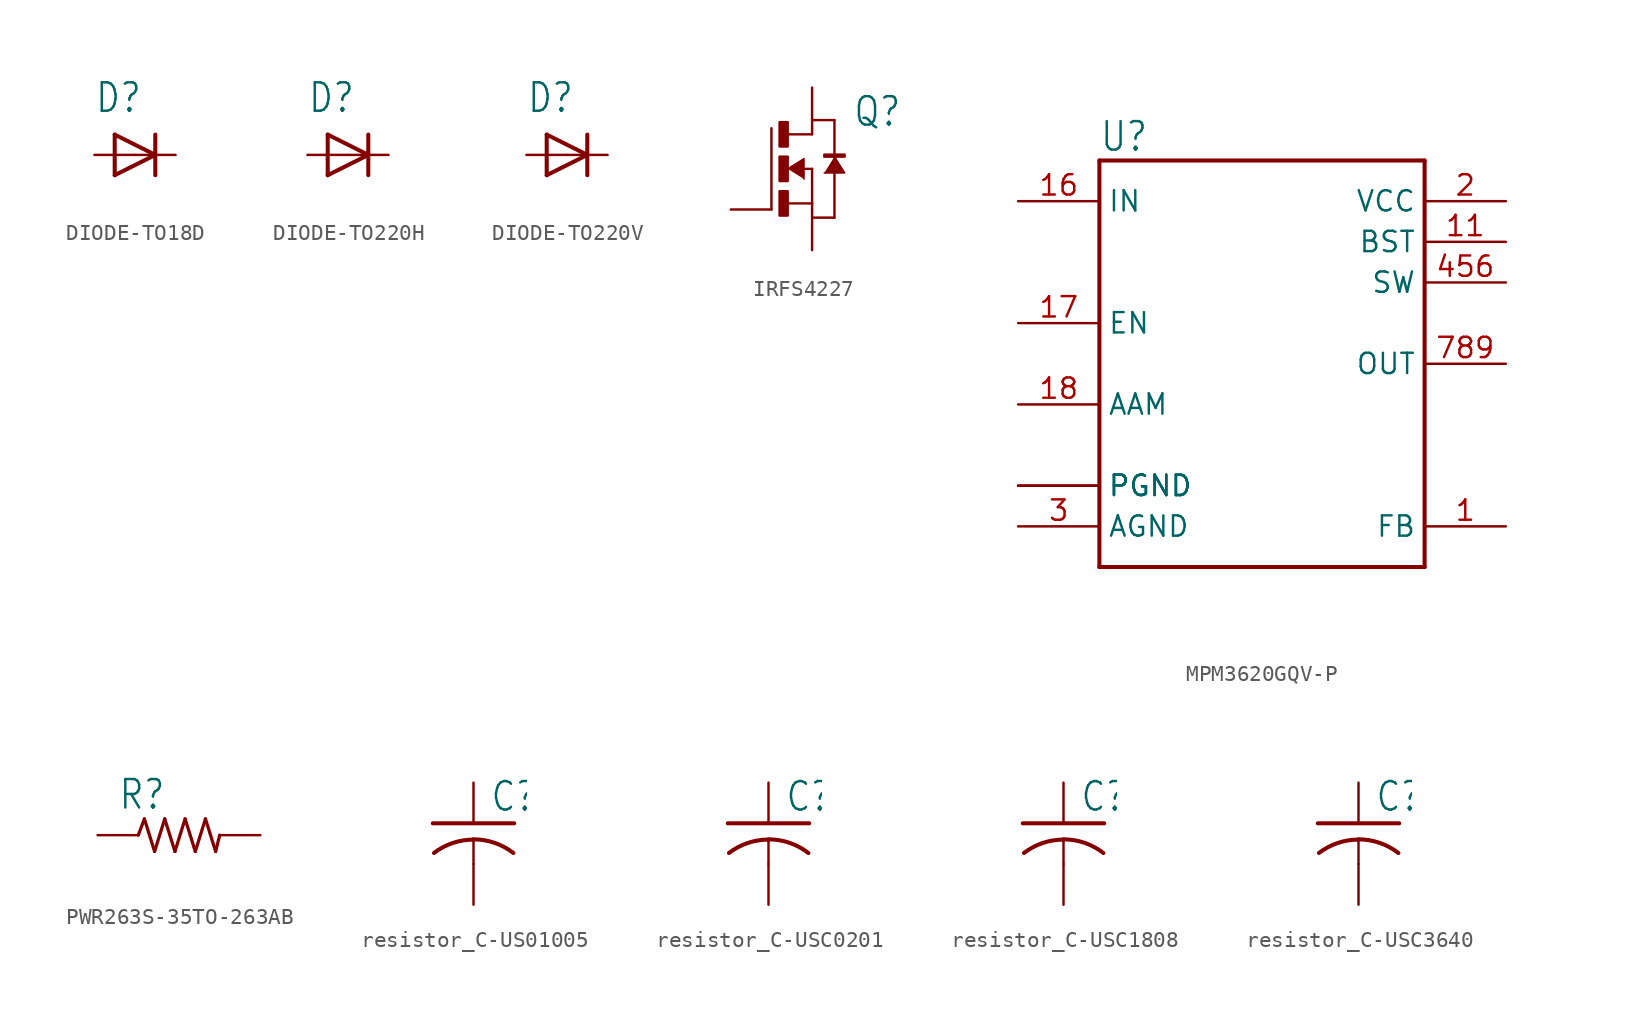
<source format=kicad_sym>
(kicad_symbol_lib
  (version 20220914)
  (generator kicad_symbol_editor)
  (symbol "DIODE-TO18D"
    (property "Reference" "D"
      (at -2.54 2.54 0)
      (effects (font (size 1.778 1.511)) (justify left bottom)))
    (property "Value" ""
      (at -2.54 -2.54 0)
      (effects (font (size 1.778 1.511)) (justify left top)))
    (property "ki_locked" ""
      (at 0 0 0)
      (effects (font (size 1.27 1.27))))
    (symbol "DIODE-TO18D_1_0"
      (polyline (pts (xy -1.27 -1.27) (xy 1.27 0)) (stroke (width 0.254) (type solid)) (fill (type none)))
      (polyline (pts (xy -1.27 1.27) (xy -1.27 -1.27)) (stroke (width 0.254) (type solid)) (fill (type none)))
      (polyline (pts (xy 1.27 0) (xy -1.27 1.27)) (stroke (width 0.254) (type solid)) (fill (type none)))
      (polyline (pts (xy 1.27 0) (xy 1.27 -1.27)) (stroke (width 0.254) (type solid)) (fill (type none)))
      (polyline (pts (xy 1.27 1.27) (xy 1.27 0)) (stroke (width 0.254) (type solid)) (fill (type none)))
      (pin passive line (at -2.54 0 0) (length 2.54) (name "A" (effects (font (size 0 0)))) (number "A" (effects (font (size 0 0)))))
      (pin passive line (at 2.54 0 180) (length 2.54) (name "C" (effects (font (size 0 0)))) (number "C" (effects (font (size 0 0)))))))
  (symbol "DIODE-TO220H"
    (property "Reference" "D"
      (at -2.54 2.54 0)
      (effects (font (size 1.778 1.511)) (justify left bottom)))
    (property "Value" ""
      (at -2.54 -2.54 0)
      (effects (font (size 1.778 1.511)) (justify left top)))
    (property "ki_locked" ""
      (at 0 0 0)
      (effects (font (size 1.27 1.27))))
    (symbol "DIODE-TO220H_1_0"
      (polyline (pts (xy -1.27 -1.27) (xy 1.27 0)) (stroke (width 0.254) (type solid)) (fill (type none)))
      (polyline (pts (xy -1.27 1.27) (xy -1.27 -1.27)) (stroke (width 0.254) (type solid)) (fill (type none)))
      (polyline (pts (xy 1.27 0) (xy -1.27 1.27)) (stroke (width 0.254) (type solid)) (fill (type none)))
      (polyline (pts (xy 1.27 0) (xy 1.27 -1.27)) (stroke (width 0.254) (type solid)) (fill (type none)))
      (polyline (pts (xy 1.27 1.27) (xy 1.27 0)) (stroke (width 0.254) (type solid)) (fill (type none)))
      (pin passive line (at -2.54 0 0) (length 2.54) (name "A" (effects (font (size 0 0)))) (number "A" (effects (font (size 0 0)))))
      (pin passive line (at 2.54 0 180) (length 2.54) (name "C" (effects (font (size 0 0)))) (number "C" (effects (font (size 0 0)))))))
  (symbol "DIODE-TO220V"
    (property "Reference" "D"
      (at -2.54 2.54 0)
      (effects (font (size 1.778 1.511)) (justify left bottom)))
    (property "Value" ""
      (at -2.54 -2.54 0)
      (effects (font (size 1.778 1.511)) (justify left top)))
    (property "ki_locked" ""
      (at 0 0 0)
      (effects (font (size 1.27 1.27))))
    (symbol "DIODE-TO220V_1_0"
      (polyline (pts (xy -1.27 -1.27) (xy 1.27 0)) (stroke (width 0.254) (type solid)) (fill (type none)))
      (polyline (pts (xy -1.27 1.27) (xy -1.27 -1.27)) (stroke (width 0.254) (type solid)) (fill (type none)))
      (polyline (pts (xy 1.27 0) (xy -1.27 1.27)) (stroke (width 0.254) (type solid)) (fill (type none)))
      (polyline (pts (xy 1.27 0) (xy 1.27 -1.27)) (stroke (width 0.254) (type solid)) (fill (type none)))
      (polyline (pts (xy 1.27 1.27) (xy 1.27 0)) (stroke (width 0.254) (type solid)) (fill (type none)))
      (pin passive line (at -2.54 0 0) (length 2.54) (name "A" (effects (font (size 0 0)))) (number "A" (effects (font (size 0 0)))))
      (pin passive line (at 2.54 0 180) (length 2.54) (name "C" (effects (font (size 0 0)))) (number "C" (effects (font (size 0 0)))))))
  (symbol "IRFS4227"
    (property "Reference" "Q"
      (at 2.54 2.54 0)
      (effects (font (size 1.778 1.511)) (justify left bottom)))
    (property "Value" ""
      (at 2.54 0 0)
      (effects (font (size 1.778 1.511)) (justify left bottom)))
    (property "ki_locked" ""
      (at 0 0 0)
      (effects (font (size 1.27 1.27))))
    (symbol "IRFS4227_1_0"
      (rectangle (start -2.032 -2.921) (end -1.524 -1.397) (stroke (width 0) (type default)) (fill (type outline)))
      (rectangle (start -2.032 -0.762) (end -1.524 0.762) (stroke (width 0) (type default)) (fill (type outline)))
      (rectangle (start -2.032 1.397) (end -1.524 2.921) (stroke (width 0) (type default)) (fill (type outline)))
      (polyline (pts (xy -2.54 -2.54) (xy -2.54 2.54)) (stroke (width 0.152) (type solid)) (fill (type none)))
      (polyline (pts (xy -1.524 -2.159) (xy 0 -2.159)) (stroke (width 0.152) (type solid)) (fill (type none)))
      (polyline (pts (xy -1.524 2.159) (xy 0 2.159)) (stroke (width 0.152) (type solid)) (fill (type none)))
      (polyline (pts (xy -0.508 0) (xy 0 0)) (stroke (width 0.152) (type solid)) (fill (type none)))
      (polyline (pts (xy 0 -2.159) (xy 0 -2.54)) (stroke (width 0.152) (type solid)) (fill (type none)))
      (polyline (pts (xy 0 0) (xy 0 -2.159)) (stroke (width 0.152) (type solid)) (fill (type none)))
      (polyline (pts (xy 0 2.159) (xy 0 2.54)) (stroke (width 0.152) (type solid)) (fill (type none)))
      (polyline (pts (xy 0 3.048) (xy 1.397 3.048)) (stroke (width 0.152) (type solid)) (fill (type none)))
      (polyline (pts (xy 1.397 -3.048) (xy 0 -3.048)) (stroke (width 0.152) (type solid)) (fill (type none)))
      (polyline (pts (xy 1.397 -0.254) (xy 1.397 -3.048)) (stroke (width 0.152) (type solid)) (fill (type none)))
      (polyline (pts (xy 1.397 3.048) (xy 1.397 0.762)) (stroke (width 0.152) (type solid)) (fill (type none)))
      (polyline (pts (xy -1.524 0) (xy -0.508 0.635) (xy -0.508 -0.635)) (stroke (width 0.102) (type solid)) (fill (type outline)))
      (polyline (pts (xy 1.397 0.762) (xy 2.032 -0.254) (xy 0.762 -0.254)) (stroke (width 0.102) (type solid)) (fill (type outline)))
      (rectangle (start 0.762 0.762) (end 2.032 0.889) (stroke (width 0) (type default)) (fill (type outline)))
      (pin passive line (at -5.08 -2.54 0) (length 2.54) (name "G" (effects (font (size 0 0)))) (number "1" (effects (font (size 0 0)))))
      (pin passive line (at 0 5.08 270) (length 2.54) (name "D" (effects (font (size 0 0)))) (number "2" (effects (font (size 0 0)))))
      (pin passive line (at 0 -5.08 90) (length 2.54) (name "S" (effects (font (size 0 0)))) (number "3" (effects (font (size 0 0)))))))
  (symbol "MPM3620GQV-P"
    (property "Reference" "U"
      (at -10.16 15.24 0)
      (effects (font (size 1.778 1.511)) (justify left top)))
    (property "Value" ""
      (at -10.16 -15.24 0)
      (effects (font (size 1.778 1.511)) (justify left bottom)))
    (property "ki_locked" ""
      (at 0 0 0)
      (effects (font (size 1.27 1.27))))
    (symbol "MPM3620GQV-P_1_0"
      (polyline (pts (xy -10.16 -12.7) (xy -10.16 12.7)) (stroke (width 0.254) (type solid)) (fill (type none)))
      (polyline (pts (xy -10.16 12.7) (xy 10.16 12.7)) (stroke (width 0.254) (type solid)) (fill (type none)))
      (polyline (pts (xy 10.16 -12.7) (xy -10.16 -12.7)) (stroke (width 0.254) (type solid)) (fill (type none)))
      (polyline (pts (xy 10.16 12.7) (xy 10.16 -12.7)) (stroke (width 0.254) (type solid)) (fill (type none)))
      (pin bidirectional line (at 15.24 -10.16 180) (length 5.08) (name "FB" (effects (font (size 1.27 1.27)))) (number "1" (effects (font (size 1.27 1.27)))))
      (pin bidirectional line (at 15.24 7.62 180) (length 5.08) (name "BST" (effects (font (size 1.27 1.27)))) (number "11" (effects (font (size 1.27 1.27)))))
      (pin bidirectional line (at -15.24 -7.62 0) (length 5.08) (name "PGND" (effects (font (size 1.27 1.27)))) (number "12" (effects (font (size 0 0)))))
      (pin bidirectional line (at -15.24 -7.62 0) (length 5.08) (name "PGND" (effects (font (size 1.27 1.27)))) (number "13" (effects (font (size 0 0)))))
      (pin bidirectional line (at -15.24 -7.62 0) (length 5.08) (name "PGND" (effects (font (size 1.27 1.27)))) (number "14" (effects (font (size 0 0)))))
      (pin bidirectional line (at -15.24 10.16 0) (length 5.08) (name "IN" (effects (font (size 1.27 1.27)))) (number "16" (effects (font (size 1.27 1.27)))))
      (pin bidirectional line (at -15.24 2.54 0) (length 5.08) (name "EN" (effects (font (size 1.27 1.27)))) (number "17" (effects (font (size 1.27 1.27)))))
      (pin bidirectional line (at -15.24 -2.54 0) (length 5.08) (name "AAM" (effects (font (size 1.27 1.27)))) (number "18" (effects (font (size 1.27 1.27)))))
      (pin bidirectional line (at 15.24 10.16 180) (length 5.08) (name "VCC" (effects (font (size 1.27 1.27)))) (number "2" (effects (font (size 1.27 1.27)))))
      (pin bidirectional line (at -15.24 -10.16 0) (length 5.08) (name "AGND" (effects (font (size 1.27 1.27)))) (number "3" (effects (font (size 1.27 1.27)))))
      (pin bidirectional line (at 15.24 5.08 180) (length 5.08) (name "SW" (effects (font (size 1.27 1.27)))) (number "456" (effects (font (size 1.27 1.27)))))
      (pin bidirectional line (at 15.24 0 180) (length 5.08) (name "OUT" (effects (font (size 1.27 1.27)))) (number "789" (effects (font (size 1.27 1.27)))))))
  (symbol "PWR263S-35TO-263AB"
    (property "Reference" "R"
      (at -3.81 1.499 0)
      (effects (font (size 1.778 1.511)) (justify left bottom)))
    (property "Value" ""
      (at -3.81 -3.302 0)
      (effects (font (size 1.778 1.511)) (justify left bottom)))
    (property "ki_locked" ""
      (at 0 0 0)
      (effects (font (size 1.27 1.27))))
    (symbol "PWR263S-35TO-263AB_1_0"
      (polyline (pts (xy -2.54 0) (xy -2.159 1.016)) (stroke (width 0.203) (type solid)) (fill (type none)))
      (polyline (pts (xy -2.159 1.016) (xy -1.524 -1.016)) (stroke (width 0.203) (type solid)) (fill (type none)))
      (polyline (pts (xy -1.524 -1.016) (xy -0.889 1.016)) (stroke (width 0.203) (type solid)) (fill (type none)))
      (polyline (pts (xy -0.889 1.016) (xy -0.254 -1.016)) (stroke (width 0.203) (type solid)) (fill (type none)))
      (polyline (pts (xy -0.254 -1.016) (xy 0.381 1.016)) (stroke (width 0.203) (type solid)) (fill (type none)))
      (polyline (pts (xy 0.381 1.016) (xy 1.016 -1.016)) (stroke (width 0.203) (type solid)) (fill (type none)))
      (polyline (pts (xy 1.016 -1.016) (xy 1.651 1.016)) (stroke (width 0.203) (type solid)) (fill (type none)))
      (polyline (pts (xy 1.651 1.016) (xy 2.286 -1.016)) (stroke (width 0.203) (type solid)) (fill (type none)))
      (polyline (pts (xy 2.286 -1.016) (xy 2.54 0)) (stroke (width 0.203) (type solid)) (fill (type none)))
      (pin passive line (at -5.08 0 0) (length 2.54) (name "PIN1" (effects (font (size 0 0)))) (number "1" (effects (font (size 0 0)))))
      (pin passive line (at 5.08 0 180) (length 2.54) (name "PIN2" (effects (font (size 0 0)))) (number "2" (effects (font (size 0 0)))))))
  (symbol "resistor_C-US01005"
    (property "Reference" "C"
      (at 1.016 0.635 0)
      (effects (font (size 1.778 1.511)) (justify left bottom)))
    (property "Value" ""
      (at 1.016 -4.191 0)
      (effects (font (size 1.778 1.511)) (justify left bottom)))
    (property "ki_locked" ""
      (at 0 0 0)
      (effects (font (size 1.27 1.27))))
    (symbol "resistor_C-US01005_1_0"
      (arc (start 0 -1.0161) (mid -1.302 -1.2303) (end -2.4668 -1.8504) (stroke (width 0.254) (type solid)) (fill (type none)))
      (polyline (pts (xy -2.54 0) (xy 2.54 0)) (stroke (width 0.254) (type solid)) (fill (type none)))
      (polyline (pts (xy 0 -1.016) (xy 0 -2.54)) (stroke (width 0.152) (type solid)) (fill (type none)))
      (arc (start 2.4892 -1.8541) (mid 1.3158 -1.2194) (end 0 -1) (stroke (width 0.254) (type solid)) (fill (type none)))
      (pin passive line (at 0 2.54 270) (length 2.54) (name "1" (effects (font (size 0 0)))) (number "1" (effects (font (size 0 0)))))
      (pin passive line (at 0 -5.08 90) (length 2.54) (name "2" (effects (font (size 0 0)))) (number "2" (effects (font (size 0 0)))))))
  (symbol "resistor_C-USC0201"
    (property "Reference" "C"
      (at 1.016 0.635 0)
      (effects (font (size 1.778 1.511)) (justify left bottom)))
    (property "Value" ""
      (at 1.016 -4.191 0)
      (effects (font (size 1.778 1.511)) (justify left bottom)))
    (property "ki_locked" ""
      (at 0 0 0)
      (effects (font (size 1.27 1.27))))
    (symbol "resistor_C-USC0201_1_0"
      (arc (start 0 -1.0161) (mid -1.302 -1.2303) (end -2.4668 -1.8504) (stroke (width 0.254) (type solid)) (fill (type none)))
      (polyline (pts (xy -2.54 0) (xy 2.54 0)) (stroke (width 0.254) (type solid)) (fill (type none)))
      (polyline (pts (xy 0 -1.016) (xy 0 -2.54)) (stroke (width 0.152) (type solid)) (fill (type none)))
      (arc (start 2.4892 -1.8541) (mid 1.3158 -1.2194) (end 0 -1) (stroke (width 0.254) (type solid)) (fill (type none)))
      (pin passive line (at 0 2.54 270) (length 2.54) (name "1" (effects (font (size 0 0)))) (number "1" (effects (font (size 0 0)))))
      (pin passive line (at 0 -5.08 90) (length 2.54) (name "2" (effects (font (size 0 0)))) (number "2" (effects (font (size 0 0)))))))
  (symbol "resistor_C-USC1808"
    (property "Reference" "C"
      (at 1.016 0.635 0)
      (effects (font (size 1.778 1.511)) (justify left bottom)))
    (property "Value" ""
      (at 1.016 -4.191 0)
      (effects (font (size 1.778 1.511)) (justify left bottom)))
    (property "ki_locked" ""
      (at 0 0 0)
      (effects (font (size 1.27 1.27))))
    (symbol "resistor_C-USC1808_1_0"
      (arc (start 0 -1.0161) (mid -1.302 -1.2303) (end -2.4668 -1.8504) (stroke (width 0.254) (type solid)) (fill (type none)))
      (polyline (pts (xy -2.54 0) (xy 2.54 0)) (stroke (width 0.254) (type solid)) (fill (type none)))
      (polyline (pts (xy 0 -1.016) (xy 0 -2.54)) (stroke (width 0.152) (type solid)) (fill (type none)))
      (arc (start 2.4892 -1.8541) (mid 1.3158 -1.2194) (end 0 -1) (stroke (width 0.254) (type solid)) (fill (type none)))
      (pin passive line (at 0 2.54 270) (length 2.54) (name "1" (effects (font (size 0 0)))) (number "1" (effects (font (size 0 0)))))
      (pin passive line (at 0 -5.08 90) (length 2.54) (name "2" (effects (font (size 0 0)))) (number "2" (effects (font (size 0 0)))))))
  (symbol "resistor_C-USC3640"
    (property "Reference" "C"
      (at 1.016 0.635 0)
      (effects (font (size 1.778 1.511)) (justify left bottom)))
    (property "Value" ""
      (at 1.016 -4.191 0)
      (effects (font (size 1.778 1.511)) (justify left bottom)))
    (property "ki_locked" ""
      (at 0 0 0)
      (effects (font (size 1.27 1.27))))
    (symbol "resistor_C-USC3640_1_0"
      (arc (start 0 -1.0161) (mid -1.302 -1.2303) (end -2.4668 -1.8504) (stroke (width 0.254) (type solid)) (fill (type none)))
      (polyline (pts (xy -2.54 0) (xy 2.54 0)) (stroke (width 0.254) (type solid)) (fill (type none)))
      (polyline (pts (xy 0 -1.016) (xy 0 -2.54)) (stroke (width 0.152) (type solid)) (fill (type none)))
      (arc (start 2.4892 -1.8541) (mid 1.3158 -1.2194) (end 0 -1) (stroke (width 0.254) (type solid)) (fill (type none)))
      (pin passive line (at 0 2.54 270) (length 2.54) (name "1" (effects (font (size 0 0)))) (number "1" (effects (font (size 0 0)))))
      (pin passive line (at 0 -5.08 90) (length 2.54) (name "2" (effects (font (size 0 0)))) (number "2" (effects (font (size 0 0))))))))
</source>
